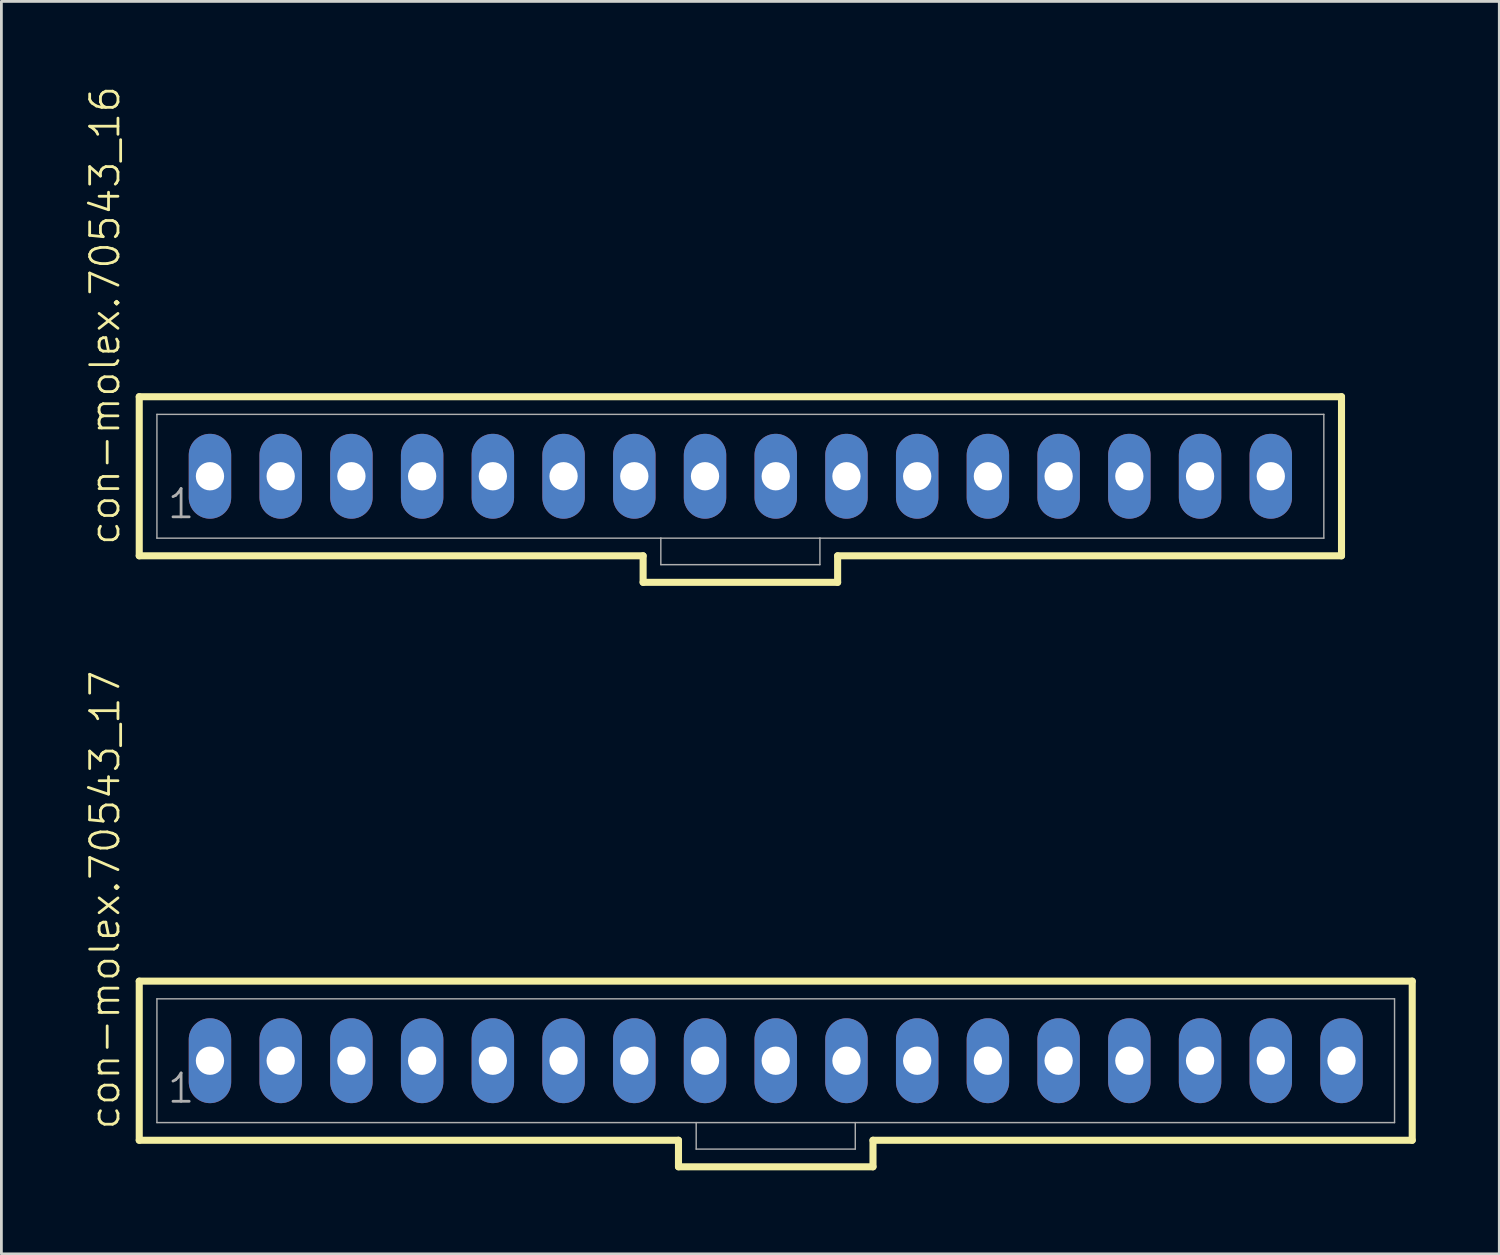
<source format=kicad_pcb>
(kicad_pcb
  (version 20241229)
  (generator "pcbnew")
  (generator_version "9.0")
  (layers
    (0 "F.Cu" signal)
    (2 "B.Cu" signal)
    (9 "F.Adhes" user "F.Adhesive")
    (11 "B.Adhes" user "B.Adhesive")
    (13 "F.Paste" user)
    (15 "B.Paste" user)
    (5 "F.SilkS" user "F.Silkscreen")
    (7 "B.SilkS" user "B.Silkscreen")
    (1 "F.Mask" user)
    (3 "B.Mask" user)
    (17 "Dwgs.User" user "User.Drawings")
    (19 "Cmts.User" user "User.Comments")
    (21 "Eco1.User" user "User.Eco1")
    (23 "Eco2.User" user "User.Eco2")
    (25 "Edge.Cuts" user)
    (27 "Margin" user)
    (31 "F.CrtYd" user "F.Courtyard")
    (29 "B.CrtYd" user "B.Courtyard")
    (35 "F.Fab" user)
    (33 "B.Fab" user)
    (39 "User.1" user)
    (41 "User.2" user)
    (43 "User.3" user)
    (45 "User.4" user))
  (footprint "con-molex.70543_17"
    (layer "F.Cu")
    (at 24.811 35.046)
    (property "Reference" "con-molex.70543_17" (at -23.495 2.54 90) (layer "F.SilkS") (effects (font (size 1.016 1.016) (thickness 0.1)) (justify left bottom)))
    (attr through_hole)
    (fp_line (start -22.86 -2.857) (end -22.86 2.857) (stroke (width 0.254) (type default)) (layer "F.SilkS"))
    (fp_line (start -22.86 2.857) (end -3.493 2.857) (stroke (width 0.254) (type default)) (layer "F.SilkS"))
    (fp_line (start -3.493 2.857) (end -3.493 3.81) (stroke (width 0.254) (type default)) (layer "F.SilkS"))
    (fp_line (start -3.493 3.81) (end 3.493 3.81) (stroke (width 0.254) (type default)) (layer "F.SilkS"))
    (fp_line (start 3.493 2.857) (end 22.86 2.857) (stroke (width 0.254) (type default)) (layer "F.SilkS"))
    (fp_line (start 3.493 3.81) (end 3.493 2.857) (stroke (width 0.254) (type default)) (layer "F.SilkS"))
    (fp_line (start 22.86 -2.857) (end -22.86 -2.857) (stroke (width 0.254) (type default)) (layer "F.SilkS"))
    (fp_line (start 22.86 2.857) (end 22.86 -2.857) (stroke (width 0.254) (type default)) (layer "F.SilkS"))
    (fp_line (start -22.225 -2.223) (end -22.225 2.223) (stroke (width 0.051) (type default)) (layer "F.Fab"))
    (fp_line (start -22.225 -2.223) (end 22.225 -2.223) (stroke (width 0.051) (type default)) (layer "F.Fab"))
    (fp_line (start -22.225 2.223) (end -2.857 2.223) (stroke (width 0.051) (type default)) (layer "F.Fab"))
    (fp_line (start -2.857 2.223) (end -2.857 3.175) (stroke (width 0.051) (type default)) (layer "F.Fab"))
    (fp_line (start -2.857 2.223) (end 2.857 2.223) (stroke (width 0.051) (type default)) (layer "F.Fab"))
    (fp_line (start 2.857 2.223) (end 2.857 3.175) (stroke (width 0.051) (type default)) (layer "F.Fab"))
    (fp_line (start 2.857 2.223) (end 22.225 2.223) (stroke (width 0.051) (type default)) (layer "F.Fab"))
    (fp_line (start 2.857 3.175) (end -2.857 3.175) (stroke (width 0.051) (type default)) (layer "F.Fab"))
    (fp_line (start 22.225 -2.223) (end 22.225 2.223) (stroke (width 0.051) (type default)) (layer "F.Fab"))
    (fp_rect (start -20.558 0.238) (end -20.082 -0.238) (stroke (width 0.05) (type default)) (fill no) (layer "F.Fab"))
    (fp_rect (start -18.018 0.238) (end -17.542 -0.238) (stroke (width 0.05) (type default)) (fill no) (layer "F.Fab"))
    (fp_rect (start -15.478 0.238) (end -15.002 -0.238) (stroke (width 0.05) (type default)) (fill no) (layer "F.Fab"))
    (fp_rect (start -12.938 0.238) (end -12.462 -0.238) (stroke (width 0.05) (type default)) (fill no) (layer "F.Fab"))
    (fp_rect (start -10.398 0.238) (end -9.922 -0.238) (stroke (width 0.05) (type default)) (fill no) (layer "F.Fab"))
    (fp_rect (start -7.858 0.238) (end -7.382 -0.238) (stroke (width 0.05) (type default)) (fill no) (layer "F.Fab"))
    (fp_rect (start -5.318 0.238) (end -4.842 -0.238) (stroke (width 0.05) (type default)) (fill no) (layer "F.Fab"))
    (fp_rect (start -2.778 0.238) (end -2.302 -0.238) (stroke (width 0.05) (type default)) (fill no) (layer "F.Fab"))
    (fp_rect (start -0.238 0.238) (end 0.238 -0.238) (stroke (width 0.05) (type default)) (fill no) (layer "F.Fab"))
    (fp_rect (start 2.302 0.238) (end 2.778 -0.238) (stroke (width 0.05) (type default)) (fill no) (layer "F.Fab"))
    (fp_rect (start 4.842 0.238) (end 5.318 -0.238) (stroke (width 0.05) (type default)) (fill no) (layer "F.Fab"))
    (fp_rect (start 7.382 0.238) (end 7.858 -0.238) (stroke (width 0.05) (type default)) (fill no) (layer "F.Fab"))
    (fp_rect (start 9.922 0.238) (end 10.398 -0.238) (stroke (width 0.05) (type default)) (fill no) (layer "F.Fab"))
    (fp_rect (start 12.462 0.238) (end 12.938 -0.238) (stroke (width 0.05) (type default)) (fill no) (layer "F.Fab"))
    (fp_rect (start 15.002 0.238) (end 15.478 -0.238) (stroke (width 0.05) (type default)) (fill no) (layer "F.Fab"))
    (fp_rect (start 17.542 0.238) (end 18.018 -0.238) (stroke (width 0.05) (type default)) (fill no) (layer "F.Fab"))
    (fp_rect (start 20.082 0.238) (end 20.558 -0.238) (stroke (width 0.05) (type default)) (fill no) (layer "F.Fab"))
    (fp_text user "1" (at -21.907 1.587 0) (layer "F.Fab") (effects (font (size 1.016 1.016) (thickness 0.1)) (justify left bottom)))
    (pad "1" thru_hole oval (at -20.32 0 90) (size 3.048 1.524) (drill 1.016) (layers "*.Cu" "*.Mask"))
    (pad "2" thru_hole oval (at -17.78 0 90) (size 3.048 1.524) (drill 1.016) (layers "*.Cu" "*.Mask"))
    (pad "3" thru_hole oval (at -15.24 0 90) (size 3.048 1.524) (drill 1.016) (layers "*.Cu" "*.Mask"))
    (pad "4" thru_hole oval (at -12.7 0 90) (size 3.048 1.524) (drill 1.016) (layers "*.Cu" "*.Mask"))
    (pad "5" thru_hole oval (at -10.16 0 90) (size 3.048 1.524) (drill 1.016) (layers "*.Cu" "*.Mask"))
    (pad "6" thru_hole oval (at -7.62 0 90) (size 3.048 1.524) (drill 1.016) (layers "*.Cu" "*.Mask"))
    (pad "7" thru_hole oval (at -5.08 0 90) (size 3.048 1.524) (drill 1.016) (layers "*.Cu" "*.Mask"))
    (pad "8" thru_hole oval (at -2.54 0 90) (size 3.048 1.524) (drill 1.016) (layers "*.Cu" "*.Mask"))
    (pad "9" thru_hole oval (at 0 0 90) (size 3.048 1.524) (drill 1.016) (layers "*.Cu" "*.Mask"))
    (pad "10" thru_hole oval (at 2.54 0 90) (size 3.048 1.524) (drill 1.016) (layers "*.Cu" "*.Mask"))
    (pad "11" thru_hole oval (at 5.08 0 90) (size 3.048 1.524) (drill 1.016) (layers "*.Cu" "*.Mask"))
    (pad "12" thru_hole oval (at 7.62 0 90) (size 3.048 1.524) (drill 1.016) (layers "*.Cu" "*.Mask"))
    (pad "13" thru_hole oval (at 10.16 0 90) (size 3.048 1.524) (drill 1.016) (layers "*.Cu" "*.Mask"))
    (pad "14" thru_hole oval (at 12.7 0 90) (size 3.048 1.524) (drill 1.016) (layers "*.Cu" "*.Mask"))
    (pad "15" thru_hole oval (at 15.24 0 90) (size 3.048 1.524) (drill 1.016) (layers "*.Cu" "*.Mask"))
    (pad "16" thru_hole oval (at 17.78 0 90) (size 3.048 1.524) (drill 1.016) (layers "*.Cu" "*.Mask"))
    (pad "17" thru_hole oval (at 20.32 0 90) (size 3.048 1.524) (drill 1.016) (layers "*.Cu" "*.Mask")))
  (footprint "con-molex.70543_16"
    (layer "F.Cu")
    (at 23.541 14.055)
    (property "Reference" "con-molex.70543_16" (at -22.225 2.54 90) (layer "F.SilkS") (effects (font (size 1.016 1.016) (thickness 0.1)) (justify left bottom)))
    (attr through_hole)
    (fp_line (start -21.59 -2.857) (end -21.59 2.857) (stroke (width 0.254) (type default)) (layer "F.SilkS"))
    (fp_line (start -21.59 2.857) (end -3.493 2.857) (stroke (width 0.254) (type default)) (layer "F.SilkS"))
    (fp_line (start -3.493 2.857) (end -3.493 3.81) (stroke (width 0.254) (type default)) (layer "F.SilkS"))
    (fp_line (start -3.493 3.81) (end 3.493 3.81) (stroke (width 0.254) (type default)) (layer "F.SilkS"))
    (fp_line (start 3.493 2.857) (end 21.59 2.857) (stroke (width 0.254) (type default)) (layer "F.SilkS"))
    (fp_line (start 3.493 3.81) (end 3.493 2.857) (stroke (width 0.254) (type default)) (layer "F.SilkS"))
    (fp_line (start 21.59 -2.857) (end -21.59 -2.857) (stroke (width 0.254) (type default)) (layer "F.SilkS"))
    (fp_line (start 21.59 2.857) (end 21.59 -2.857) (stroke (width 0.254) (type default)) (layer "F.SilkS"))
    (fp_line (start -20.955 -2.223) (end -20.955 2.223) (stroke (width 0.051) (type default)) (layer "F.Fab"))
    (fp_line (start -20.955 -2.223) (end 20.955 -2.223) (stroke (width 0.051) (type default)) (layer "F.Fab"))
    (fp_line (start -20.955 2.223) (end -2.857 2.223) (stroke (width 0.051) (type default)) (layer "F.Fab"))
    (fp_line (start -2.857 2.223) (end -2.857 3.175) (stroke (width 0.051) (type default)) (layer "F.Fab"))
    (fp_line (start -2.857 2.223) (end 2.857 2.223) (stroke (width 0.051) (type default)) (layer "F.Fab"))
    (fp_line (start 2.857 2.223) (end 2.857 3.175) (stroke (width 0.051) (type default)) (layer "F.Fab"))
    (fp_line (start 2.857 2.223) (end 20.955 2.223) (stroke (width 0.051) (type default)) (layer "F.Fab"))
    (fp_line (start 2.857 3.175) (end -2.857 3.175) (stroke (width 0.051) (type default)) (layer "F.Fab"))
    (fp_line (start 20.955 -2.223) (end 20.955 2.223) (stroke (width 0.051) (type default)) (layer "F.Fab"))
    (fp_rect (start -19.288 0.238) (end -18.812 -0.238) (stroke (width 0.05) (type default)) (fill no) (layer "F.Fab"))
    (fp_rect (start -16.748 0.238) (end -16.272 -0.238) (stroke (width 0.05) (type default)) (fill no) (layer "F.Fab"))
    (fp_rect (start -14.208 0.238) (end -13.732 -0.238) (stroke (width 0.05) (type default)) (fill no) (layer "F.Fab"))
    (fp_rect (start -11.668 0.238) (end -11.192 -0.238) (stroke (width 0.05) (type default)) (fill no) (layer "F.Fab"))
    (fp_rect (start -9.128 0.238) (end -8.652 -0.238) (stroke (width 0.05) (type default)) (fill no) (layer "F.Fab"))
    (fp_rect (start -6.588 0.238) (end -6.112 -0.238) (stroke (width 0.05) (type default)) (fill no) (layer "F.Fab"))
    (fp_rect (start -4.048 0.238) (end -3.572 -0.238) (stroke (width 0.05) (type default)) (fill no) (layer "F.Fab"))
    (fp_rect (start -1.508 0.238) (end -1.032 -0.238) (stroke (width 0.05) (type default)) (fill no) (layer "F.Fab"))
    (fp_rect (start 1.032 0.238) (end 1.508 -0.238) (stroke (width 0.05) (type default)) (fill no) (layer "F.Fab"))
    (fp_rect (start 3.572 0.238) (end 4.048 -0.238) (stroke (width 0.05) (type default)) (fill no) (layer "F.Fab"))
    (fp_rect (start 6.112 0.238) (end 6.588 -0.238) (stroke (width 0.05) (type default)) (fill no) (layer "F.Fab"))
    (fp_rect (start 8.652 0.238) (end 9.128 -0.238) (stroke (width 0.05) (type default)) (fill no) (layer "F.Fab"))
    (fp_rect (start 11.192 0.238) (end 11.668 -0.238) (stroke (width 0.05) (type default)) (fill no) (layer "F.Fab"))
    (fp_rect (start 13.732 0.238) (end 14.208 -0.238) (stroke (width 0.05) (type default)) (fill no) (layer "F.Fab"))
    (fp_rect (start 16.272 0.238) (end 16.748 -0.238) (stroke (width 0.05) (type default)) (fill no) (layer "F.Fab"))
    (fp_rect (start 18.812 0.238) (end 19.288 -0.238) (stroke (width 0.05) (type default)) (fill no) (layer "F.Fab"))
    (fp_text user "1" (at -20.637 1.587 0) (layer "F.Fab") (effects (font (size 1.016 1.016) (thickness 0.1)) (justify left bottom)))
    (pad "1" thru_hole oval (at -19.05 0 90) (size 3.048 1.524) (drill 1.016) (layers "*.Cu" "*.Mask"))
    (pad "2" thru_hole oval (at -16.51 0 90) (size 3.048 1.524) (drill 1.016) (layers "*.Cu" "*.Mask"))
    (pad "3" thru_hole oval (at -13.97 0 90) (size 3.048 1.524) (drill 1.016) (layers "*.Cu" "*.Mask"))
    (pad "4" thru_hole oval (at -11.43 0 90) (size 3.048 1.524) (drill 1.016) (layers "*.Cu" "*.Mask"))
    (pad "5" thru_hole oval (at -8.89 0 90) (size 3.048 1.524) (drill 1.016) (layers "*.Cu" "*.Mask"))
    (pad "6" thru_hole oval (at -6.35 0 90) (size 3.048 1.524) (drill 1.016) (layers "*.Cu" "*.Mask"))
    (pad "7" thru_hole oval (at -3.81 0 90) (size 3.048 1.524) (drill 1.016) (layers "*.Cu" "*.Mask"))
    (pad "8" thru_hole oval (at -1.27 0 90) (size 3.048 1.524) (drill 1.016) (layers "*.Cu" "*.Mask"))
    (pad "9" thru_hole oval (at 1.27 0 90) (size 3.048 1.524) (drill 1.016) (layers "*.Cu" "*.Mask"))
    (pad "10" thru_hole oval (at 3.81 0 90) (size 3.048 1.524) (drill 1.016) (layers "*.Cu" "*.Mask"))
    (pad "11" thru_hole oval (at 6.35 0 90) (size 3.048 1.524) (drill 1.016) (layers "*.Cu" "*.Mask"))
    (pad "12" thru_hole oval (at 8.89 0 90) (size 3.048 1.524) (drill 1.016) (layers "*.Cu" "*.Mask"))
    (pad "13" thru_hole oval (at 11.43 0 90) (size 3.048 1.524) (drill 1.016) (layers "*.Cu" "*.Mask"))
    (pad "14" thru_hole oval (at 13.97 0 90) (size 3.048 1.524) (drill 1.016) (layers "*.Cu" "*.Mask"))
    (pad "15" thru_hole oval (at 16.51 0 90) (size 3.048 1.524) (drill 1.016) (layers "*.Cu" "*.Mask"))
    (pad "16" thru_hole oval (at 19.05 0 90) (size 3.048 1.524) (drill 1.016) (layers "*.Cu" "*.Mask")))
  (gr_rect
    (start -3 -3)
    (end 50.798 41.983)
    (stroke (width 0.1) (type default))
    (fill no)
    (layer "Edge.Cuts")))
</source>
